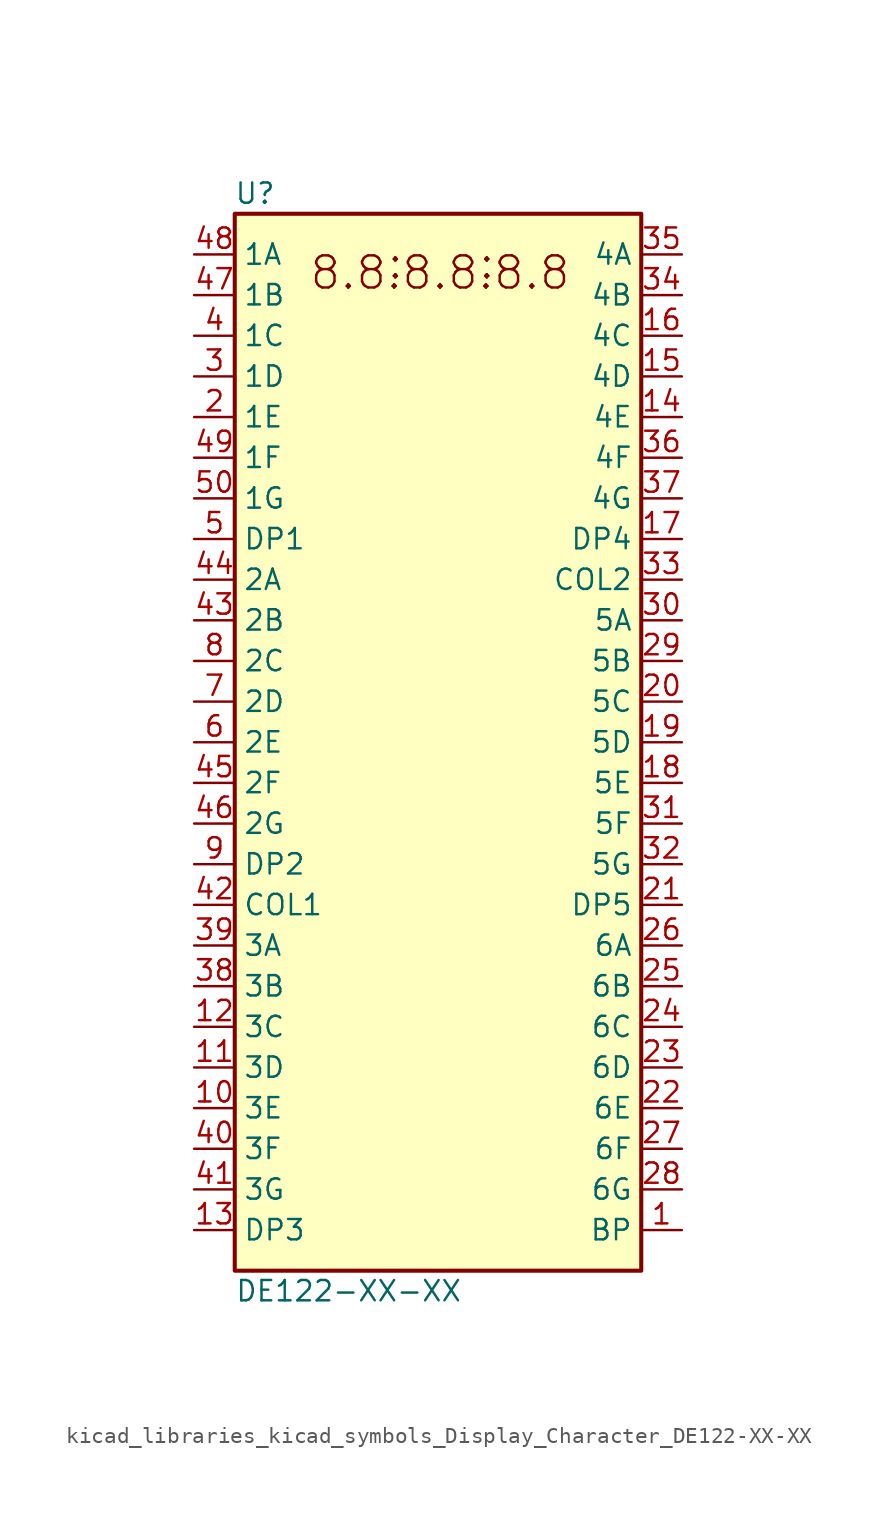
<source format=kicad_sym>
(kicad_symbol_lib
  (version 20220914)
  (generator kicad_symbol_editor)
  (symbol "kicad_libraries_kicad_symbols_Display_Character_DE122-XX-XX"
    (property "Reference" "U"
      (at -11.43 34.29 0)
      (effects (font (size 1.27 1.27))))
    (property "Value" "DE122-XX-XX"
      (at -12.7 -34.29 0)
      (effects (font (size 1.27 1.27)) (justify left)))
    (symbol "kicad_libraries_kicad_symbols_Display_Character_DE122-XX-XX_0_0"
      (text "8.8.8.8.8.8" (at 0.127 29.337 0) (effects (font (size 2.007 2.007))))
      (text ":" (at -2.667 29.972 0) (effects (font (size 2.007 2.007))))
      (text ":" (at 3.048 29.972 0) (effects (font (size 2.007 2.007))))
      (pin input line (at -15.24 -27.94 0) (length 2.54) (name "3G" (effects (font (size 1.27 1.27)))) (number "41" (effects (font (size 1.27 1.27)))))
      (pin input line (at -15.24 -10.16 0) (length 2.54) (name "COL1" (effects (font (size 1.27 1.27)))) (number "42" (effects (font (size 1.27 1.27)))))
      (pin input line (at -15.24 7.62 0) (length 2.54) (name "2B" (effects (font (size 1.27 1.27)))) (number "43" (effects (font (size 1.27 1.27)))))
      (pin input line (at -15.24 10.16 0) (length 2.54) (name "2A" (effects (font (size 1.27 1.27)))) (number "44" (effects (font (size 1.27 1.27)))))
      (pin input line (at -15.24 -2.54 0) (length 2.54) (name "2F" (effects (font (size 1.27 1.27)))) (number "45" (effects (font (size 1.27 1.27)))))
      (pin input line (at -15.24 -5.08 0) (length 2.54) (name "2G" (effects (font (size 1.27 1.27)))) (number "46" (effects (font (size 1.27 1.27)))))
      (pin input line (at -15.24 27.94 0) (length 2.54) (name "1B" (effects (font (size 1.27 1.27)))) (number "47" (effects (font (size 1.27 1.27)))))
      (pin input line (at -15.24 30.48 0) (length 2.54) (name "1A" (effects (font (size 1.27 1.27)))) (number "48" (effects (font (size 1.27 1.27)))))
      (pin input line (at -15.24 17.78 0) (length 2.54) (name "1F" (effects (font (size 1.27 1.27)))) (number "49" (effects (font (size 1.27 1.27)))))
      (pin input line (at -15.24 15.24 0) (length 2.54) (name "1G" (effects (font (size 1.27 1.27)))) (number "50" (effects (font (size 1.27 1.27))))))
    (symbol "kicad_libraries_kicad_symbols_Display_Character_DE122-XX-XX_0_1"
      (rectangle (start -12.7 33.02) (end 12.7 -33.02) (stroke (width 0.254) (type default)) (fill (type background))))
    (symbol "kicad_libraries_kicad_symbols_Display_Character_DE122-XX-XX_1_1"
      (pin input line (at 15.24 -30.48 180) (length 2.54) (name "BP" (effects (font (size 1.27 1.27)))) (number "1" (effects (font (size 1.27 1.27)))))
      (pin input line (at -15.24 -22.86 0) (length 2.54) (name "3E" (effects (font (size 1.27 1.27)))) (number "10" (effects (font (size 1.27 1.27)))))
      (pin input line (at -15.24 -20.32 0) (length 2.54) (name "3D" (effects (font (size 1.27 1.27)))) (number "11" (effects (font (size 1.27 1.27)))))
      (pin input line (at -15.24 -17.78 0) (length 2.54) (name "3C" (effects (font (size 1.27 1.27)))) (number "12" (effects (font (size 1.27 1.27)))))
      (pin input line (at -15.24 -30.48 0) (length 2.54) (name "DP3" (effects (font (size 1.27 1.27)))) (number "13" (effects (font (size 1.27 1.27)))))
      (pin input line (at 15.24 20.32 180) (length 2.54) (name "4E" (effects (font (size 1.27 1.27)))) (number "14" (effects (font (size 1.27 1.27)))))
      (pin input line (at 15.24 22.86 180) (length 2.54) (name "4D" (effects (font (size 1.27 1.27)))) (number "15" (effects (font (size 1.27 1.27)))))
      (pin input line (at 15.24 25.4 180) (length 2.54) (name "4C" (effects (font (size 1.27 1.27)))) (number "16" (effects (font (size 1.27 1.27)))))
      (pin input line (at 15.24 12.7 180) (length 2.54) (name "DP4" (effects (font (size 1.27 1.27)))) (number "17" (effects (font (size 1.27 1.27)))))
      (pin input line (at 15.24 -2.54 180) (length 2.54) (name "5E" (effects (font (size 1.27 1.27)))) (number "18" (effects (font (size 1.27 1.27)))))
      (pin input line (at 15.24 0 180) (length 2.54) (name "5D" (effects (font (size 1.27 1.27)))) (number "19" (effects (font (size 1.27 1.27)))))
      (pin input line (at -15.24 20.32 0) (length 2.54) (name "1E" (effects (font (size 1.27 1.27)))) (number "2" (effects (font (size 1.27 1.27)))))
      (pin input line (at 15.24 2.54 180) (length 2.54) (name "5C" (effects (font (size 1.27 1.27)))) (number "20" (effects (font (size 1.27 1.27)))))
      (pin input line (at 15.24 -10.16 180) (length 2.54) (name "DP5" (effects (font (size 1.27 1.27)))) (number "21" (effects (font (size 1.27 1.27)))))
      (pin input line (at 15.24 -22.86 180) (length 2.54) (name "6E" (effects (font (size 1.27 1.27)))) (number "22" (effects (font (size 1.27 1.27)))))
      (pin input line (at 15.24 -20.32 180) (length 2.54) (name "6D" (effects (font (size 1.27 1.27)))) (number "23" (effects (font (size 1.27 1.27)))))
      (pin input line (at 15.24 -17.78 180) (length 2.54) (name "6C" (effects (font (size 1.27 1.27)))) (number "24" (effects (font (size 1.27 1.27)))))
      (pin input line (at 15.24 -15.24 180) (length 2.54) (name "6B" (effects (font (size 1.27 1.27)))) (number "25" (effects (font (size 1.27 1.27)))))
      (pin input line (at 15.24 -12.7 180) (length 2.54) (name "6A" (effects (font (size 1.27 1.27)))) (number "26" (effects (font (size 1.27 1.27)))))
      (pin input line (at 15.24 -25.4 180) (length 2.54) (name "6F" (effects (font (size 1.27 1.27)))) (number "27" (effects (font (size 1.27 1.27)))))
      (pin input line (at 15.24 -27.94 180) (length 2.54) (name "6G" (effects (font (size 1.27 1.27)))) (number "28" (effects (font (size 1.27 1.27)))))
      (pin input line (at 15.24 5.08 180) (length 2.54) (name "5B" (effects (font (size 1.27 1.27)))) (number "29" (effects (font (size 1.27 1.27)))))
      (pin input line (at -15.24 22.86 0) (length 2.54) (name "1D" (effects (font (size 1.27 1.27)))) (number "3" (effects (font (size 1.27 1.27)))))
      (pin input line (at 15.24 7.62 180) (length 2.54) (name "5A" (effects (font (size 1.27 1.27)))) (number "30" (effects (font (size 1.27 1.27)))))
      (pin input line (at 15.24 -5.08 180) (length 2.54) (name "5F" (effects (font (size 1.27 1.27)))) (number "31" (effects (font (size 1.27 1.27)))))
      (pin input line (at 15.24 -7.62 180) (length 2.54) (name "5G" (effects (font (size 1.27 1.27)))) (number "32" (effects (font (size 1.27 1.27)))))
      (pin input line (at 15.24 10.16 180) (length 2.54) (name "COL2" (effects (font (size 1.27 1.27)))) (number "33" (effects (font (size 1.27 1.27)))))
      (pin input line (at 15.24 27.94 180) (length 2.54) (name "4B" (effects (font (size 1.27 1.27)))) (number "34" (effects (font (size 1.27 1.27)))))
      (pin input line (at 15.24 30.48 180) (length 2.54) (name "4A" (effects (font (size 1.27 1.27)))) (number "35" (effects (font (size 1.27 1.27)))))
      (pin input line (at 15.24 17.78 180) (length 2.54) (name "4F" (effects (font (size 1.27 1.27)))) (number "36" (effects (font (size 1.27 1.27)))))
      (pin input line (at 15.24 15.24 180) (length 2.54) (name "4G" (effects (font (size 1.27 1.27)))) (number "37" (effects (font (size 1.27 1.27)))))
      (pin input line (at -15.24 -15.24 0) (length 2.54) (name "3B" (effects (font (size 1.27 1.27)))) (number "38" (effects (font (size 1.27 1.27)))))
      (pin input line (at -15.24 -12.7 0) (length 2.54) (name "3A" (effects (font (size 1.27 1.27)))) (number "39" (effects (font (size 1.27 1.27)))))
      (pin input line (at -15.24 25.4 0) (length 2.54) (name "1C" (effects (font (size 1.27 1.27)))) (number "4" (effects (font (size 1.27 1.27)))))
      (pin input line (at -15.24 -25.4 0) (length 2.54) (name "3F" (effects (font (size 1.27 1.27)))) (number "40" (effects (font (size 1.27 1.27)))))
      (pin input line (at -15.24 12.7 0) (length 2.54) (name "DP1" (effects (font (size 1.27 1.27)))) (number "5" (effects (font (size 1.27 1.27)))))
      (pin input line (at -15.24 0 0) (length 2.54) (name "2E" (effects (font (size 1.27 1.27)))) (number "6" (effects (font (size 1.27 1.27)))))
      (pin input line (at -15.24 2.54 0) (length 2.54) (name "2D" (effects (font (size 1.27 1.27)))) (number "7" (effects (font (size 1.27 1.27)))))
      (pin input line (at -15.24 5.08 0) (length 2.54) (name "2C" (effects (font (size 1.27 1.27)))) (number "8" (effects (font (size 1.27 1.27)))))
      (pin input line (at -15.24 -7.62 0) (length 2.54) (name "DP2" (effects (font (size 1.27 1.27)))) (number "9" (effects (font (size 1.27 1.27))))))))
</source>
